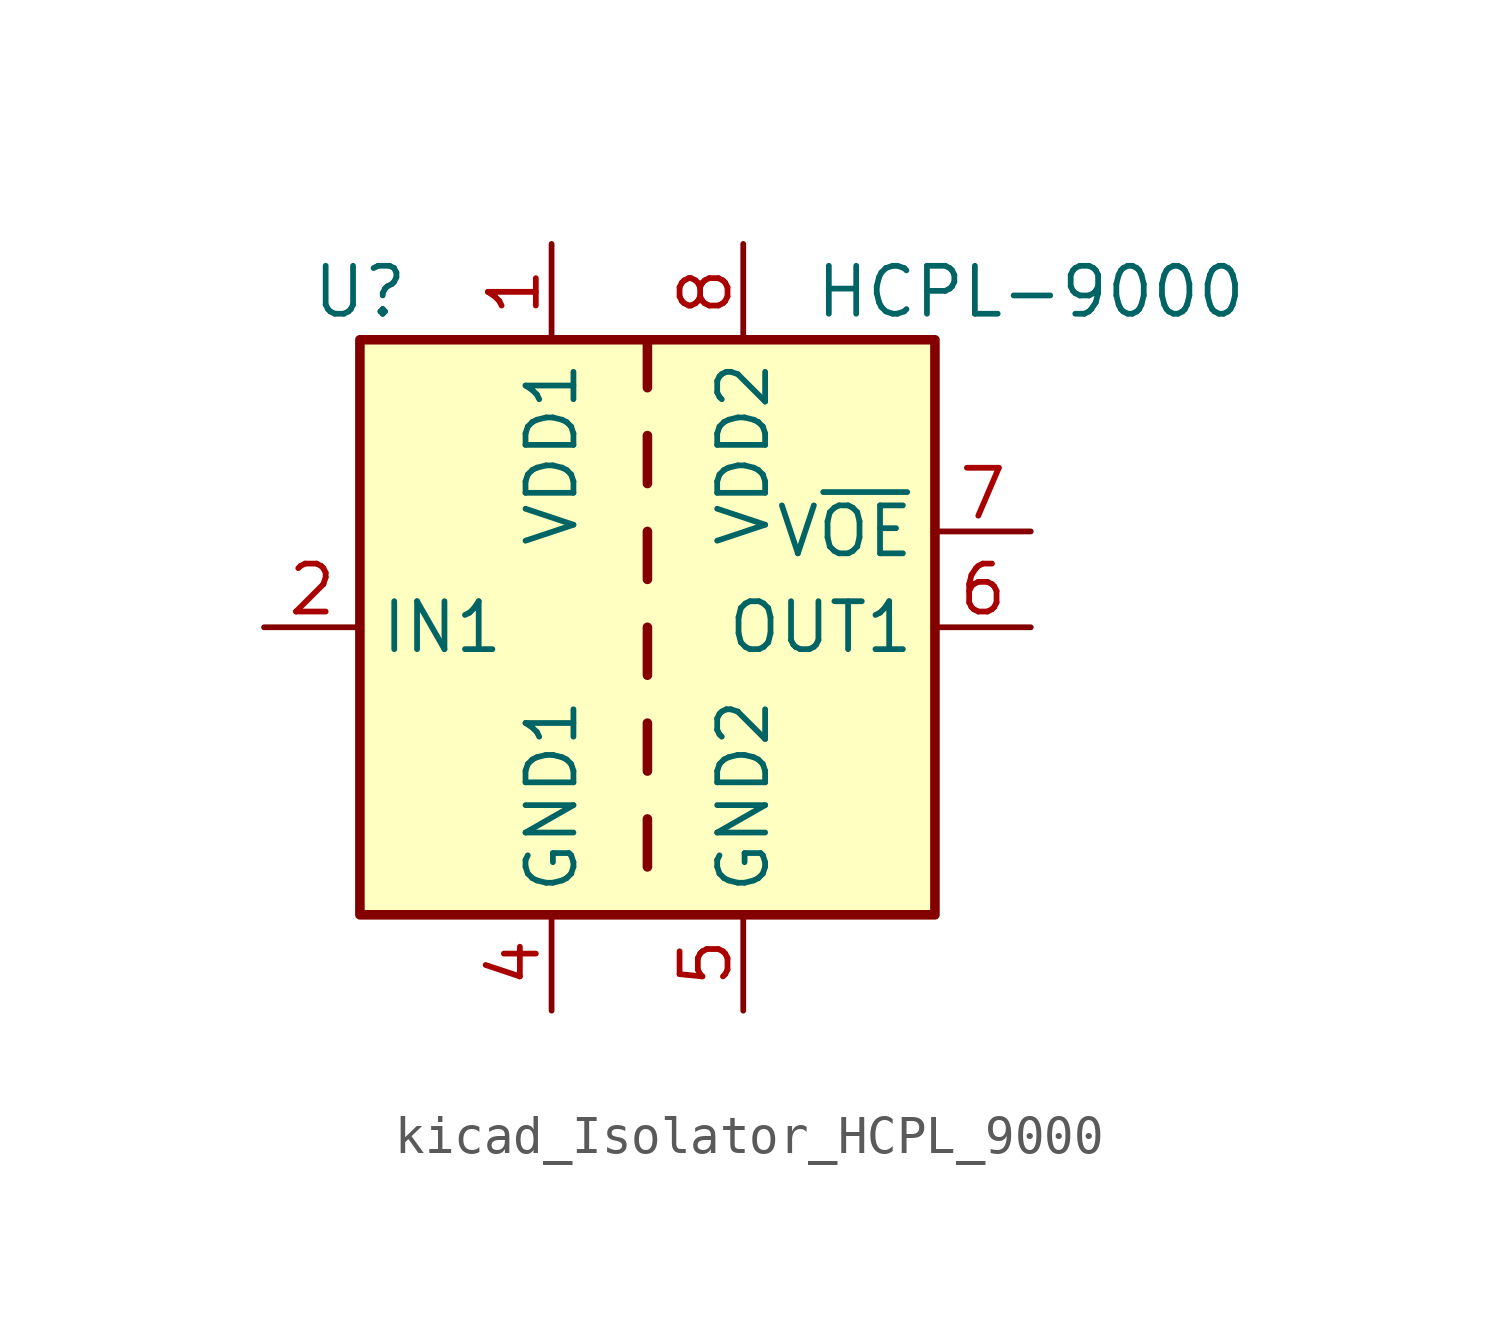
<source format=kicad_sym>
(kicad_symbol_lib
  (version 20220914)
  (generator kicad_symbol_editor)
  (symbol "kicad_Isolator_HCPL_9000"
    (property "Reference" "U"
      (at -7.62 8.89 0)
      (effects (font (size 1.27 1.27))))
    (property "Value" "HCPL-9000"
      (at 10.16 8.89 0)
      (effects (font (size 1.27 1.27))))
    (symbol "kicad_Isolator_HCPL_9000_0_1"
      (rectangle (start -7.62 7.62) (end 7.62 -7.62) (stroke (width 0.254) (type default)) (fill (type background)))
      (polyline (pts (xy 0 -6.35) (xy 0 -5.08)) (stroke (width 0.254) (type default)) (fill (type none)))
      (polyline (pts (xy 0 -3.81) (xy 0 -2.54)) (stroke (width 0.254) (type default)) (fill (type none)))
      (polyline (pts (xy 0 -1.27) (xy 0 0)) (stroke (width 0.254) (type default)) (fill (type none)))
      (polyline (pts (xy 0 1.27) (xy 0 2.54)) (stroke (width 0.254) (type default)) (fill (type none)))
      (polyline (pts (xy 0 3.81) (xy 0 5.08)) (stroke (width 0.254) (type default)) (fill (type none)))
      (polyline (pts (xy 0 6.35) (xy 0 7.62)) (stroke (width 0.254) (type default)) (fill (type none))))
    (symbol "kicad_Isolator_HCPL_9000_1_1"
      (pin power_in line (at -2.54 10.16 270) (length 2.54) (name "VDD1" (effects (font (size 1.27 1.27)))) (number "1" (effects (font (size 1.27 1.27)))))
      (pin input line (at -10.16 0 0) (length 2.54) (name "IN1" (effects (font (size 1.27 1.27)))) (number "2" (effects (font (size 1.27 1.27)))))
      (pin no_connect line (at -7.62 -2.54 0) (length 2.54) hide (name "NC" (effects (font (size 1.27 1.27)))) (number "3" (effects (font (size 1.27 1.27)))))
      (pin power_in line (at -2.54 -10.16 90) (length 2.54) (name "GND1" (effects (font (size 1.27 1.27)))) (number "4" (effects (font (size 1.27 1.27)))))
      (pin power_in line (at 2.54 -10.16 90) (length 2.54) (name "GND2" (effects (font (size 1.27 1.27)))) (number "5" (effects (font (size 1.27 1.27)))))
      (pin output line (at 10.16 0 180) (length 2.54) (name "OUT1" (effects (font (size 1.27 1.27)))) (number "6" (effects (font (size 1.27 1.27)))))
      (pin input line (at 10.16 2.54 180) (length 2.54) (name "V~{OE}" (effects (font (size 1.27 1.27)))) (number "7" (effects (font (size 1.27 1.27)))))
      (pin power_in line (at 2.54 10.16 270) (length 2.54) (name "VDD2" (effects (font (size 1.27 1.27)))) (number "8" (effects (font (size 1.27 1.27))))))))
</source>
